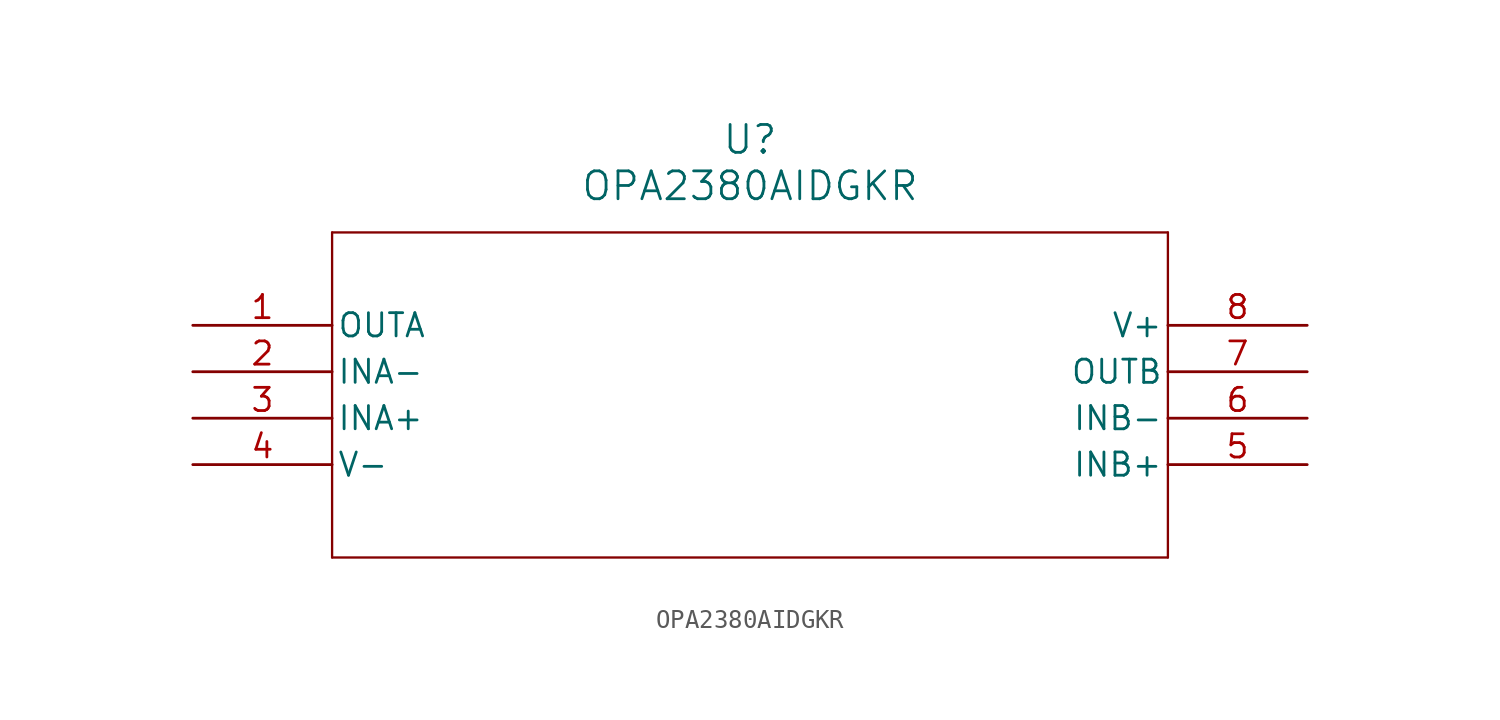
<source format=kicad_sym>
(kicad_symbol_lib
  (version 20211014)
  (generator kicad_symbol_editor)
  (symbol "OPA2380AIDGKR"
    (pin_names
      (offset 0.254))
    (property "Reference" "U"
      (at 30.48 10.16 0)
      (effects (font (size 1.524 1.524))))
    (property "Value" "OPA2380AIDGKR"
      (at 30.48 7.62 0)
      (effects (font (size 1.524 1.524))))
    (symbol "OPA2380AIDGKR_0_1"
      (polyline (pts (xy 7.62 5.08) (xy 7.62 -12.7)) (stroke (width 0.127) (type default) (color 0 0 0 0)) (fill (type none)))
      (polyline (pts (xy 7.62 -12.7) (xy 53.34 -12.7)) (stroke (width 0.127) (type default) (color 0 0 0 0)) (fill (type none)))
      (polyline (pts (xy 53.34 -12.7) (xy 53.34 5.08)) (stroke (width 0.127) (type default) (color 0 0 0 0)) (fill (type none)))
      (polyline (pts (xy 53.34 5.08) (xy 7.62 5.08)) (stroke (width 0.127) (type default) (color 0 0 0 0)) (fill (type none)))
      (pin output line (at 0 0 0) (length 7.62) (name "OUTA" (effects (font (size 1.27 1.27)))) (number "1" (effects (font (size 1.27 1.27)))))
      (pin input line (at 0 -2.54 0) (length 7.62) (name "INA-" (effects (font (size 1.27 1.27)))) (number "2" (effects (font (size 1.27 1.27)))))
      (pin input line (at 0 -5.08 0) (length 7.62) (name "INA+" (effects (font (size 1.27 1.27)))) (number "3" (effects (font (size 1.27 1.27)))))
      (pin power_in line (at 0 -7.62 0) (length 7.62) (name "V-" (effects (font (size 1.27 1.27)))) (number "4" (effects (font (size 1.27 1.27)))))
      (pin input line (at 60.96 -7.62 180) (length 7.62) (name "INB+" (effects (font (size 1.27 1.27)))) (number "5" (effects (font (size 1.27 1.27)))))
      (pin input line (at 60.96 -5.08 180) (length 7.62) (name "INB-" (effects (font (size 1.27 1.27)))) (number "6" (effects (font (size 1.27 1.27)))))
      (pin output line (at 60.96 -2.54 180) (length 7.62) (name "OUTB" (effects (font (size 1.27 1.27)))) (number "7" (effects (font (size 1.27 1.27)))))
      (pin power_in line (at 60.96 0 180) (length 7.62) (name "V+" (effects (font (size 1.27 1.27)))) (number "8" (effects (font (size 1.27 1.27))))))))
</source>
